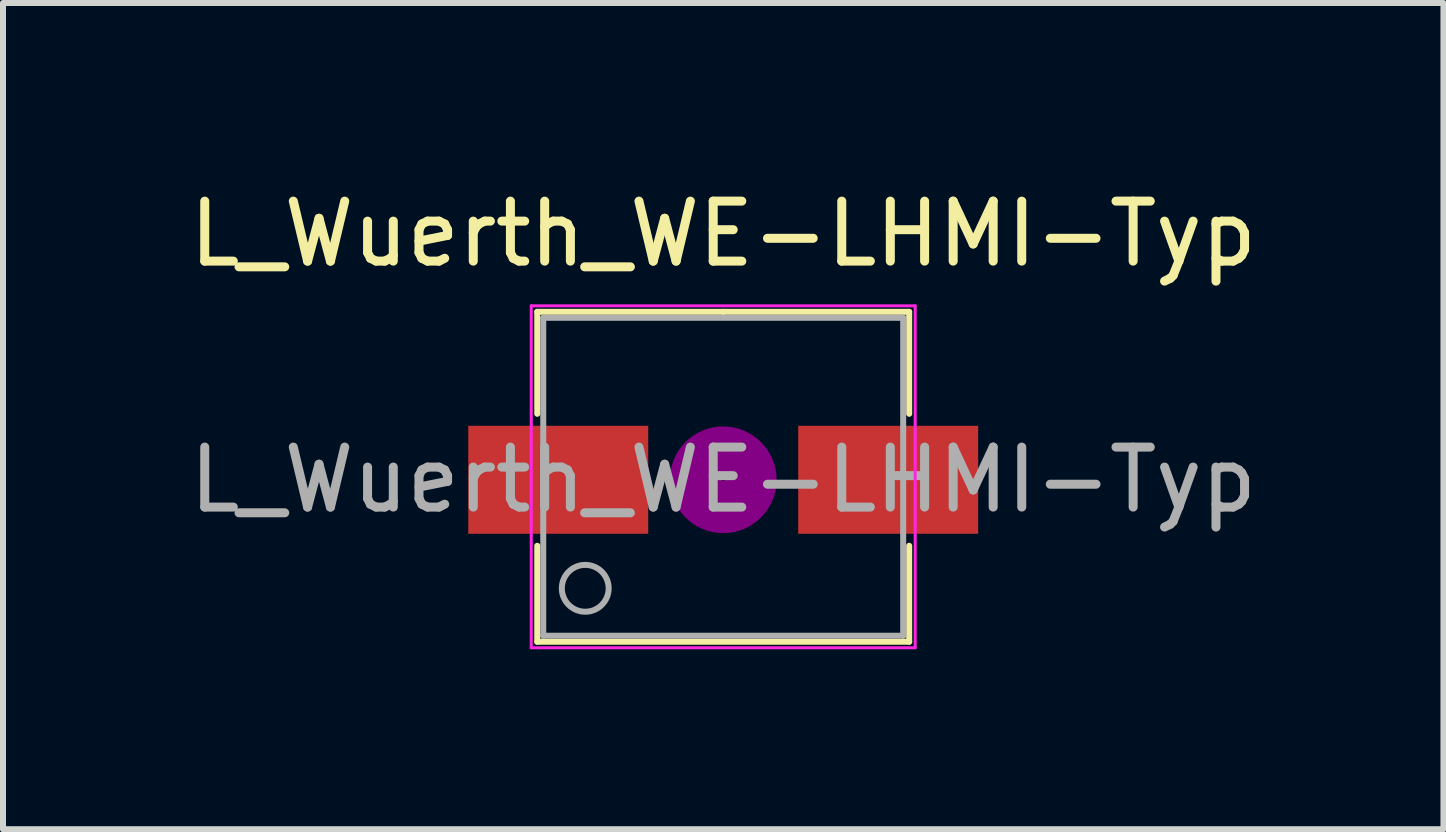
<source format=kicad_pcb>
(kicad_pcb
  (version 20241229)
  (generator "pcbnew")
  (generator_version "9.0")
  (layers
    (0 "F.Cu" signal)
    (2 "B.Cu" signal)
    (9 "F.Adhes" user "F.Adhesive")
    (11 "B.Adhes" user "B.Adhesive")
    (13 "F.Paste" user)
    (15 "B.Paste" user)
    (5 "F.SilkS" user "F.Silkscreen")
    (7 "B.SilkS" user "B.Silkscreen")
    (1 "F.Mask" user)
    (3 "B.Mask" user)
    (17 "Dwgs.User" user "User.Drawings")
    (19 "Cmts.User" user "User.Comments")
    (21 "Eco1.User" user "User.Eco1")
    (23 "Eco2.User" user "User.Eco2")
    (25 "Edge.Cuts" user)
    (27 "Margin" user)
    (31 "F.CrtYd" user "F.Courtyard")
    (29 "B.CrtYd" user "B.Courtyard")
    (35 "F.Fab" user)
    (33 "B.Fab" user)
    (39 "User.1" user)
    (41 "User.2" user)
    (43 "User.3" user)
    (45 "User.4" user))
  (footprint "L_Wuerth_WE-LHMI-Typ"
    (layer "F.Cu")
    (at 9.006 4.948)
    (property "Reference" "L_Wuerth_WE-LHMI-Typ" (at 0 -4.1 0) (layer "F.SilkS") (effects (font (size 1 1) (thickness 0.15))))
    (attr smd)
    (fp_line (start -3.1 -2.8) (end -3.1 -1.1) (stroke (width 0.1) (type default)) (layer "F.SilkS"))
    (fp_line (start -3.1 -2.8) (end 0 -2.8) (stroke (width 0.1) (type default)) (layer "F.SilkS"))
    (fp_line (start -3.1 2.7) (end -3.1 1.1) (stroke (width 0.1) (type default)) (layer "F.SilkS"))
    (fp_line (start 0 -2.8) (end 3.1 -2.8) (stroke (width 0.1) (type default)) (layer "F.SilkS"))
    (fp_line (start 3.1 -2.8) (end 3.1 -1.1) (stroke (width 0.1) (type default)) (layer "F.SilkS"))
    (fp_line (start 3.1 2.7) (end -3.1 2.7) (stroke (width 0.1) (type default)) (layer "F.SilkS"))
    (fp_line (start 3.1 2.7) (end 3.1 1.1) (stroke (width 0.1) (type default)) (layer "F.SilkS"))
    (fp_circle (center 0 0) (end 0.15 0.15) (stroke (width 0.38) (type solid)) (fill no) (layer "F.Adhes"))
    (fp_circle (center 0 0) (end 0.55 0) (stroke (width 0.38) (type solid)) (fill no) (layer "F.Adhes"))
    (fp_circle (center 0 0) (end 0.7 0) (stroke (width 0.38) (type solid)) (fill no) (layer "F.Adhes"))
    (fp_line (start -3.2 -2.9) (end 3.2 -2.9) (stroke (width 0.05) (type solid)) (layer "F.CrtYd"))
    (fp_line (start -3.2 2.8) (end -3.2 -2.9) (stroke (width 0.05) (type solid)) (layer "F.CrtYd"))
    (fp_line (start 3.2 -2.9) (end 3.2 2.8) (stroke (width 0.05) (type solid)) (layer "F.CrtYd"))
    (fp_line (start 3.2 2.8) (end -3.2 2.8) (stroke (width 0.05) (type solid)) (layer "F.CrtYd"))
    (fp_line (start -3 -2.7) (end -3 2.6) (stroke (width 0.1) (type default)) (layer "F.Fab"))
    (fp_line (start -3 2.6) (end 3 2.6) (stroke (width 0.1) (type solid)) (layer "F.Fab"))
    (fp_line (start 3 -2.7) (end -3 -2.7) (stroke (width 0.1) (type solid)) (layer "F.Fab"))
    (fp_line (start 3 2.6) (end 3 -2.7) (stroke (width 0.1) (type solid)) (layer "F.Fab"))
    (fp_circle (center -2.3 1.809) (end -2 2.059) (stroke (width 0.1) (type solid)) (fill no) (layer "F.Fab"))
    (fp_text user "${REFERENCE}" (at 0 0 0) (layer "F.Fab") (effects (font (size 1 1) (thickness 0.15))))
    (pad "1" smd rect (at -2.75 0) (size 3 1.8) (layers "F.Cu" "F.Mask" "F.Paste"))
    (pad "2" smd rect (at 2.75 0) (size 3 1.8) (layers "F.Cu" "F.Mask" "F.Paste")))
  (gr_rect
    (start -3 -3)
    (end 21.012 10.773)
    (stroke (width 0.1) (type default))
    (fill no)
    (layer "Edge.Cuts")))
</source>
